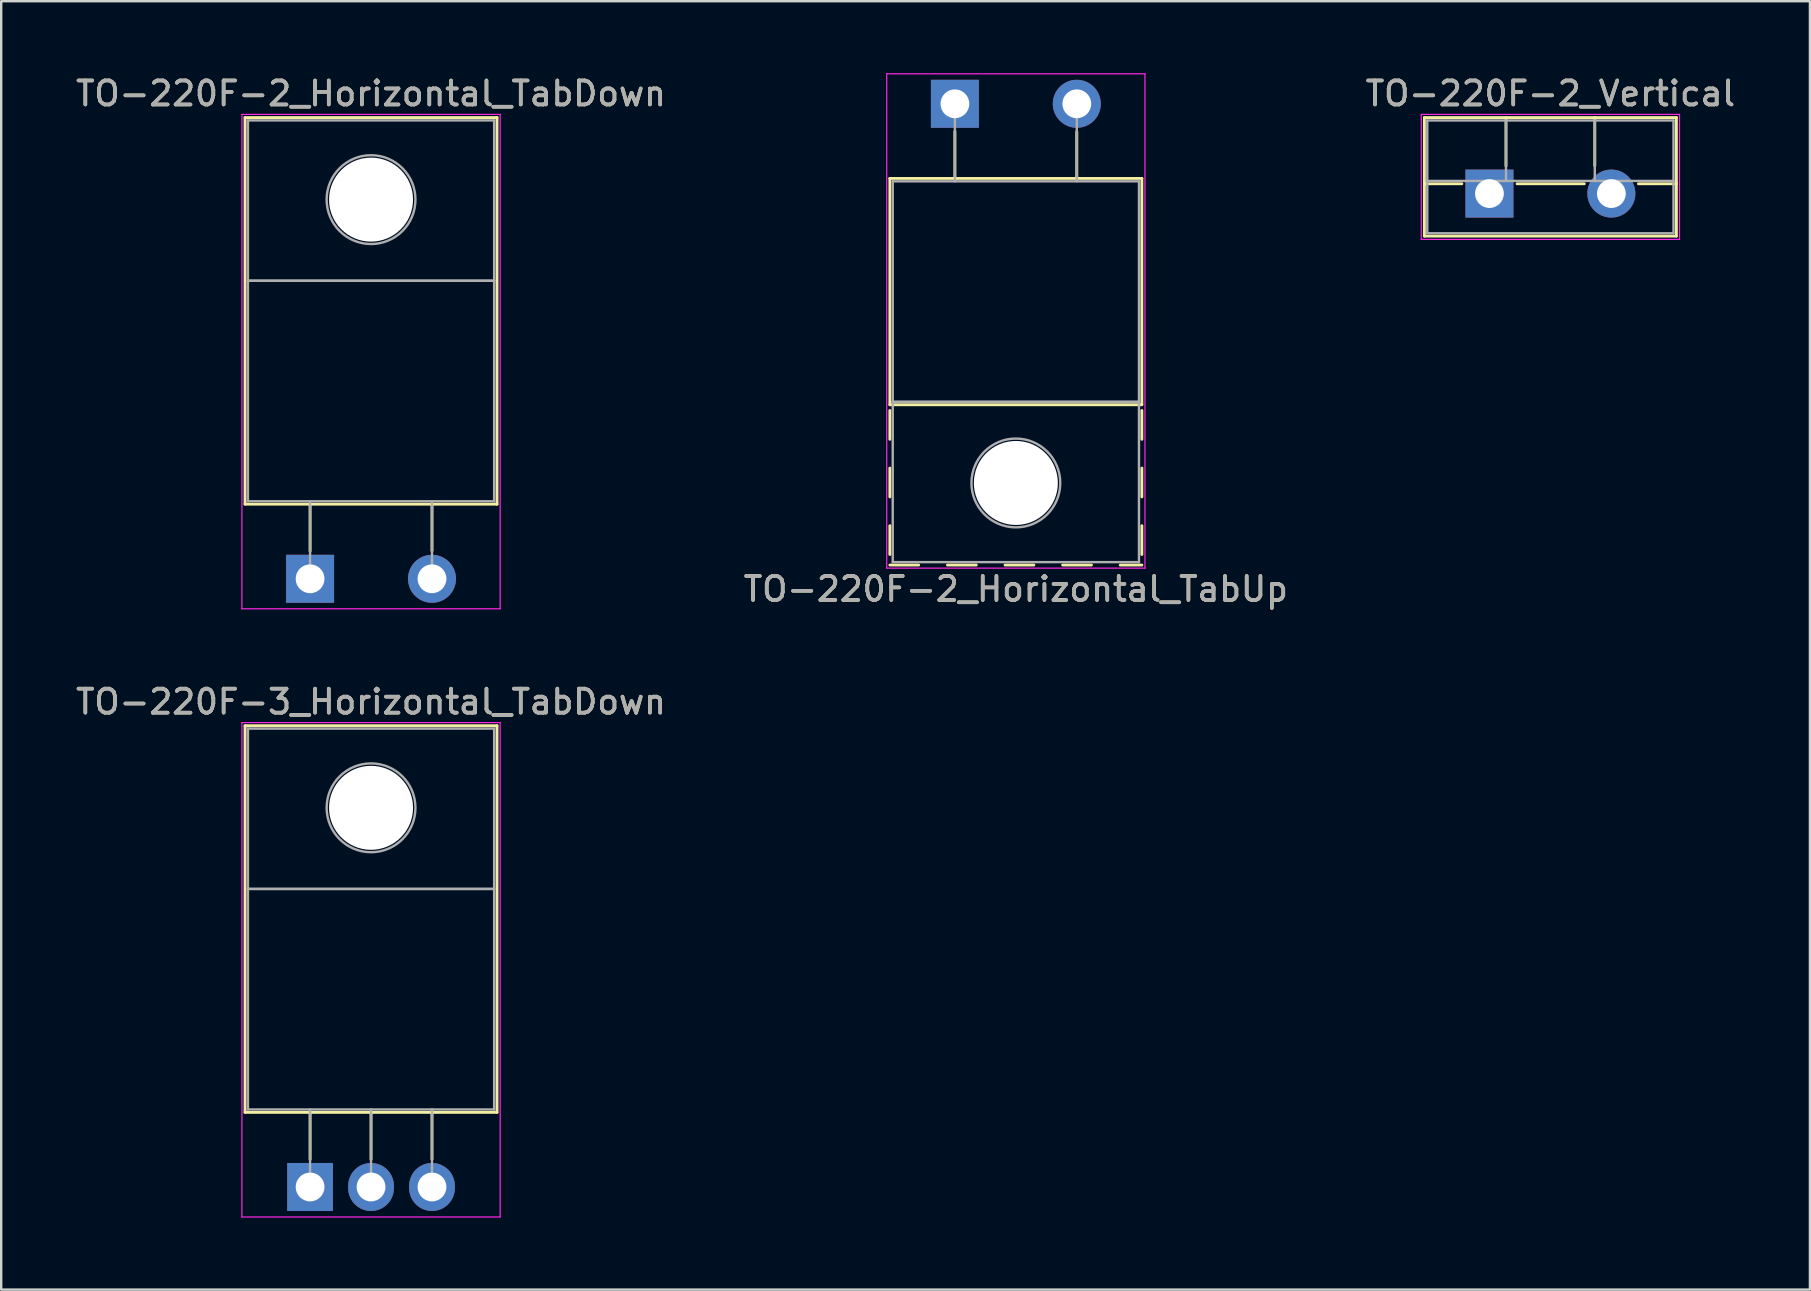
<source format=kicad_pcb>
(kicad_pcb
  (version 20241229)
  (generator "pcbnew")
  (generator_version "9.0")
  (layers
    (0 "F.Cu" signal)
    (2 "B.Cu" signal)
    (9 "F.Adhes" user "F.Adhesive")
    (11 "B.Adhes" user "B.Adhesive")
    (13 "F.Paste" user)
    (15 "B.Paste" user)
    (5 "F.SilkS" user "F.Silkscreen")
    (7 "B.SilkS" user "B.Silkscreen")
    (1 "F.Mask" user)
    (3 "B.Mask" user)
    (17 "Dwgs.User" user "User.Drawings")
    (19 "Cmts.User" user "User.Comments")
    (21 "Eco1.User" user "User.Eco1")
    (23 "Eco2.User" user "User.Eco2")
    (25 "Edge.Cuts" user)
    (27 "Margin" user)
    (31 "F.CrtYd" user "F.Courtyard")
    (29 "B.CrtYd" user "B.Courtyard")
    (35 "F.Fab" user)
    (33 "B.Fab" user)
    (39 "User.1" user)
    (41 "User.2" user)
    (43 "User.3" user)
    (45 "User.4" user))
  (footprint "TO-220F-3_Horizontal_TabDown"
    (layer "F.Cu")
    (at 9.871 46.411)
    (property "Reference" "TO-220F-3_Horizontal_TabDown" (at 2.54 -20.22 0) (layer "F.SilkS") (effects (font (size 1 1) (thickness 0.15))))
    (attr through_hole)
    (fp_line (start -2.71 -19.22) (end -2.71 -3.11) (stroke (width 0.12) (type solid)) (layer "F.SilkS"))
    (fp_line (start -2.71 -19.22) (end 7.79 -19.22) (stroke (width 0.12) (type solid)) (layer "F.SilkS"))
    (fp_line (start -2.71 -3.11) (end 7.79 -3.11) (stroke (width 0.12) (type solid)) (layer "F.SilkS"))
    (fp_line (start 0 -3.11) (end 0 -1.15) (stroke (width 0.12) (type solid)) (layer "F.SilkS"))
    (fp_line (start 2.54 -3.11) (end 2.54 -1.15) (stroke (width 0.12) (type solid)) (layer "F.SilkS"))
    (fp_line (start 5.08 -3.11) (end 5.08 -1.15) (stroke (width 0.12) (type solid)) (layer "F.SilkS"))
    (fp_line (start 7.79 -19.22) (end 7.79 -3.11) (stroke (width 0.12) (type solid)) (layer "F.SilkS"))
    (fp_line (start -2.84 -19.35) (end -2.84 1.25) (stroke (width 0.05) (type solid)) (layer "F.CrtYd"))
    (fp_line (start -2.84 1.25) (end 7.92 1.25) (stroke (width 0.05) (type solid)) (layer "F.CrtYd"))
    (fp_line (start 7.92 -19.35) (end -2.84 -19.35) (stroke (width 0.05) (type solid)) (layer "F.CrtYd"))
    (fp_line (start 7.92 1.25) (end 7.92 -19.35) (stroke (width 0.05) (type solid)) (layer "F.CrtYd"))
    (fp_line (start -2.59 -19.1) (end 7.67 -19.1) (stroke (width 0.1) (type solid)) (layer "F.Fab"))
    (fp_line (start -2.59 -12.42) (end -2.59 -19.1) (stroke (width 0.1) (type solid)) (layer "F.Fab"))
    (fp_line (start -2.59 -12.42) (end 7.67 -12.42) (stroke (width 0.1) (type solid)) (layer "F.Fab"))
    (fp_line (start -2.59 -3.23) (end -2.59 -12.42) (stroke (width 0.1) (type solid)) (layer "F.Fab"))
    (fp_line (start 0 -3.23) (end 0 0) (stroke (width 0.1) (type solid)) (layer "F.Fab"))
    (fp_line (start 2.54 -3.23) (end 2.54 0) (stroke (width 0.1) (type solid)) (layer "F.Fab"))
    (fp_line (start 5.08 -3.23) (end 5.08 0) (stroke (width 0.1) (type solid)) (layer "F.Fab"))
    (fp_line (start 7.67 -19.1) (end 7.67 -12.42) (stroke (width 0.1) (type solid)) (layer "F.Fab"))
    (fp_line (start 7.67 -12.42) (end -2.59 -12.42) (stroke (width 0.1) (type solid)) (layer "F.Fab"))
    (fp_line (start 7.67 -12.42) (end 7.67 -3.23) (stroke (width 0.1) (type solid)) (layer "F.Fab"))
    (fp_line (start 7.67 -3.23) (end -2.59 -3.23) (stroke (width 0.1) (type solid)) (layer "F.Fab"))
    (fp_circle (center 2.54 -15.8) (end 4.39 -15.8) (stroke (width 0.1) (type solid)) (fill no) (layer "F.Fab"))
    (fp_text user "${REFERENCE}" (at 2.54 -20.22 0) (layer "F.Fab") (effects (font (size 1 1) (thickness 0.15))))
    (pad "" np_thru_hole oval (at 2.54 -15.8) (size 3.5 3.5) (drill 3.5) (layers "*.Cu" "*.Mask"))
    (pad "1" thru_hole rect (at 0 0) (size 1.905 2) (drill 1.2) (layers "*.Cu" "*.Mask"))
    (pad "2" thru_hole oval (at 2.54 0) (size 1.905 2) (drill 1.2) (layers "*.Cu" "*.Mask"))
    (pad "3" thru_hole oval (at 5.08 0) (size 1.905 2) (drill 1.2) (layers "*.Cu" "*.Mask")))
  (footprint "TO-220F-2_Horizontal_TabUp"
    (layer "F.Cu")
    (at 36.74 1.275)
    (property "Reference" "TO-220F-2_Horizontal_TabUp" (at 2.54 20.22 0) (layer "F.SilkS") (effects (font (size 1 1) (thickness 0.15))))
    (attr through_hole)
    (fp_line (start -2.71 3.11) (end -2.71 12.54) (stroke (width 0.12) (type solid)) (layer "F.SilkS"))
    (fp_line (start -2.71 3.11) (end 7.79 3.11) (stroke (width 0.12) (type solid)) (layer "F.SilkS"))
    (fp_line (start -2.71 12.54) (end 7.79 12.54) (stroke (width 0.12) (type solid)) (layer "F.SilkS"))
    (fp_line (start -2.71 12.78) (end -2.71 13.98) (stroke (width 0.12) (type solid)) (layer "F.SilkS"))
    (fp_line (start -2.71 15.18) (end -2.71 16.38) (stroke (width 0.12) (type solid)) (layer "F.SilkS"))
    (fp_line (start -2.71 17.58) (end -2.71 18.78) (stroke (width 0.12) (type solid)) (layer "F.SilkS"))
    (fp_line (start -2.71 19.22) (end -1.51 19.22) (stroke (width 0.12) (type solid)) (layer "F.SilkS"))
    (fp_line (start -0.311 19.22) (end 0.89 19.22) (stroke (width 0.12) (type solid)) (layer "F.SilkS"))
    (fp_line (start 0 1.15) (end 0 3.11) (stroke (width 0.12) (type solid)) (layer "F.SilkS"))
    (fp_line (start 2.09 19.22) (end 3.29 19.22) (stroke (width 0.12) (type solid)) (layer "F.SilkS"))
    (fp_line (start 4.49 19.22) (end 5.69 19.22) (stroke (width 0.12) (type solid)) (layer "F.SilkS"))
    (fp_line (start 5.08 1.165) (end 5.08 3.11) (stroke (width 0.12) (type solid)) (layer "F.SilkS"))
    (fp_line (start 6.89 19.22) (end 7.79 19.22) (stroke (width 0.12) (type solid)) (layer "F.SilkS"))
    (fp_line (start 7.79 3.11) (end 7.79 12.54) (stroke (width 0.12) (type solid)) (layer "F.SilkS"))
    (fp_line (start 7.79 12.78) (end 7.79 13.98) (stroke (width 0.12) (type solid)) (layer "F.SilkS"))
    (fp_line (start 7.79 15.18) (end 7.79 16.38) (stroke (width 0.12) (type solid)) (layer "F.SilkS"))
    (fp_line (start 7.79 17.58) (end 7.79 18.78) (stroke (width 0.12) (type solid)) (layer "F.SilkS"))
    (fp_line (start -2.84 -1.25) (end -2.84 19.35) (stroke (width 0.05) (type solid)) (layer "F.CrtYd"))
    (fp_line (start -2.84 19.35) (end 7.92 19.35) (stroke (width 0.05) (type solid)) (layer "F.CrtYd"))
    (fp_line (start 7.92 -1.25) (end -2.84 -1.25) (stroke (width 0.05) (type solid)) (layer "F.CrtYd"))
    (fp_line (start 7.92 19.35) (end 7.92 -1.25) (stroke (width 0.05) (type solid)) (layer "F.CrtYd"))
    (fp_line (start -2.59 3.23) (end -2.59 12.42) (stroke (width 0.1) (type solid)) (layer "F.Fab"))
    (fp_line (start -2.59 12.42) (end -2.59 19.1) (stroke (width 0.1) (type solid)) (layer "F.Fab"))
    (fp_line (start -2.59 12.42) (end 7.67 12.42) (stroke (width 0.1) (type solid)) (layer "F.Fab"))
    (fp_line (start -2.59 19.1) (end 7.67 19.1) (stroke (width 0.1) (type solid)) (layer "F.Fab"))
    (fp_line (start 0 3.23) (end 0 0) (stroke (width 0.1) (type solid)) (layer "F.Fab"))
    (fp_line (start 5.08 3.23) (end 5.08 0) (stroke (width 0.1) (type solid)) (layer "F.Fab"))
    (fp_line (start 7.67 3.23) (end -2.59 3.23) (stroke (width 0.1) (type solid)) (layer "F.Fab"))
    (fp_line (start 7.67 12.42) (end -2.59 12.42) (stroke (width 0.1) (type solid)) (layer "F.Fab"))
    (fp_line (start 7.67 12.42) (end 7.67 3.23) (stroke (width 0.1) (type solid)) (layer "F.Fab"))
    (fp_line (start 7.67 19.1) (end 7.67 12.42) (stroke (width 0.1) (type solid)) (layer "F.Fab"))
    (fp_circle (center 2.54 15.8) (end 4.39 15.8) (stroke (width 0.1) (type solid)) (fill no) (layer "F.Fab"))
    (fp_text user "${REFERENCE}" (at 2.54 20.22 0) (layer "F.Fab") (effects (font (size 1 1) (thickness 0.15))))
    (pad "" np_thru_hole oval (at 2.54 15.8) (size 3.5 3.5) (drill 3.5) (layers "*.Cu" "*.Mask"))
    (pad "1" thru_hole rect (at 0 0) (size 2 2) (drill 1.2) (layers "*.Cu" "*.Mask"))
    (pad "2" thru_hole oval (at 5.08 0) (size 2 2) (drill 1.2) (layers "*.Cu" "*.Mask")))
  (footprint "TO-220F-2_Horizontal_TabDown"
    (layer "F.Cu")
    (at 9.871 21.068)
    (property "Reference" "TO-220F-2_Horizontal_TabDown" (at 2.54 -20.22 0) (layer "F.SilkS") (effects (font (size 1 1) (thickness 0.15))))
    (attr through_hole)
    (fp_line (start -2.71 -19.22) (end -2.71 -3.11) (stroke (width 0.12) (type solid)) (layer "F.SilkS"))
    (fp_line (start -2.71 -19.22) (end 7.79 -19.22) (stroke (width 0.12) (type solid)) (layer "F.SilkS"))
    (fp_line (start -2.71 -3.11) (end 7.79 -3.11) (stroke (width 0.12) (type solid)) (layer "F.SilkS"))
    (fp_line (start 0 -3.11) (end 0 -1.15) (stroke (width 0.12) (type solid)) (layer "F.SilkS"))
    (fp_line (start 5.08 -3.11) (end 5.08 -1.165) (stroke (width 0.12) (type solid)) (layer "F.SilkS"))
    (fp_line (start 7.79 -19.22) (end 7.79 -3.11) (stroke (width 0.12) (type solid)) (layer "F.SilkS"))
    (fp_line (start -2.84 -19.35) (end -2.84 1.25) (stroke (width 0.05) (type solid)) (layer "F.CrtYd"))
    (fp_line (start -2.84 1.25) (end 7.92 1.25) (stroke (width 0.05) (type solid)) (layer "F.CrtYd"))
    (fp_line (start 7.92 -19.35) (end -2.84 -19.35) (stroke (width 0.05) (type solid)) (layer "F.CrtYd"))
    (fp_line (start 7.92 1.25) (end 7.92 -19.35) (stroke (width 0.05) (type solid)) (layer "F.CrtYd"))
    (fp_line (start -2.59 -19.1) (end 7.67 -19.1) (stroke (width 0.1) (type solid)) (layer "F.Fab"))
    (fp_line (start -2.59 -12.42) (end -2.59 -19.1) (stroke (width 0.1) (type solid)) (layer "F.Fab"))
    (fp_line (start -2.59 -12.42) (end 7.67 -12.42) (stroke (width 0.1) (type solid)) (layer "F.Fab"))
    (fp_line (start -2.59 -3.23) (end -2.59 -12.42) (stroke (width 0.1) (type solid)) (layer "F.Fab"))
    (fp_line (start 0 -3.23) (end 0 0) (stroke (width 0.1) (type solid)) (layer "F.Fab"))
    (fp_line (start 5.08 -3.23) (end 5.08 0) (stroke (width 0.1) (type solid)) (layer "F.Fab"))
    (fp_line (start 7.67 -19.1) (end 7.67 -12.42) (stroke (width 0.1) (type solid)) (layer "F.Fab"))
    (fp_line (start 7.67 -12.42) (end -2.59 -12.42) (stroke (width 0.1) (type solid)) (layer "F.Fab"))
    (fp_line (start 7.67 -12.42) (end 7.67 -3.23) (stroke (width 0.1) (type solid)) (layer "F.Fab"))
    (fp_line (start 7.67 -3.23) (end -2.59 -3.23) (stroke (width 0.1) (type solid)) (layer "F.Fab"))
    (fp_circle (center 2.54 -15.8) (end 4.39 -15.8) (stroke (width 0.1) (type solid)) (fill no) (layer "F.Fab"))
    (fp_text user "${REFERENCE}" (at 2.54 -20.22 0) (layer "F.Fab") (effects (font (size 1 1) (thickness 0.15))))
    (pad "" np_thru_hole oval (at 2.54 -15.8) (size 3.5 3.5) (drill 3.5) (layers "*.Cu" "*.Mask"))
    (pad "1" thru_hole rect (at 0 0) (size 2 2) (drill 1.2) (layers "*.Cu" "*.Mask"))
    (pad "2" thru_hole oval (at 5.08 0) (size 2 2) (drill 1.2) (layers "*.Cu" "*.Mask")))
  (footprint "TO-220F-2_Vertical"
    (layer "F.Cu")
    (at 59.014 5.016)
    (property "Reference" "TO-220F-2_Vertical" (at 2.54 -4.168 0) (layer "F.SilkS") (effects (font (size 1 1) (thickness 0.15))))
    (attr through_hole)
    (fp_line (start -2.71 -3.168) (end -2.71 1.773) (stroke (width 0.12) (type solid)) (layer "F.SilkS"))
    (fp_line (start -2.71 -3.168) (end 7.79 -3.168) (stroke (width 0.12) (type solid)) (layer "F.SilkS"))
    (fp_line (start -2.71 -0.408) (end -1.15 -0.408) (stroke (width 0.12) (type solid)) (layer "F.SilkS"))
    (fp_line (start -2.71 1.773) (end 7.79 1.773) (stroke (width 0.12) (type solid)) (layer "F.SilkS"))
    (fp_line (start 0.69 -3.168) (end 0.69 -1.15) (stroke (width 0.12) (type solid)) (layer "F.SilkS"))
    (fp_line (start 1.15 -0.408) (end 3.952 -0.408) (stroke (width 0.12) (type solid)) (layer "F.SilkS"))
    (fp_line (start 4.391 -3.168) (end 4.391 -1.165) (stroke (width 0.12) (type solid)) (layer "F.SilkS"))
    (fp_line (start 6.209 -0.408) (end 7.79 -0.408) (stroke (width 0.12) (type solid)) (layer "F.SilkS"))
    (fp_line (start 7.79 -3.168) (end 7.79 1.773) (stroke (width 0.12) (type solid)) (layer "F.SilkS"))
    (fp_line (start -2.84 -3.3) (end -2.84 1.91) (stroke (width 0.05) (type solid)) (layer "F.CrtYd"))
    (fp_line (start -2.84 1.91) (end 7.92 1.91) (stroke (width 0.05) (type solid)) (layer "F.CrtYd"))
    (fp_line (start 7.92 -3.3) (end -2.84 -3.3) (stroke (width 0.05) (type solid)) (layer "F.CrtYd"))
    (fp_line (start 7.92 1.91) (end 7.92 -3.3) (stroke (width 0.05) (type solid)) (layer "F.CrtYd"))
    (fp_line (start -2.59 -3.047) (end -2.59 1.653) (stroke (width 0.1) (type solid)) (layer "F.Fab"))
    (fp_line (start -2.59 -0.527) (end 7.67 -0.527) (stroke (width 0.1) (type solid)) (layer "F.Fab"))
    (fp_line (start -2.59 1.653) (end 7.67 1.653) (stroke (width 0.1) (type solid)) (layer "F.Fab"))
    (fp_line (start 0.69 -3.047) (end 0.69 -0.527) (stroke (width 0.1) (type solid)) (layer "F.Fab"))
    (fp_line (start 4.39 -3.047) (end 4.39 -0.527) (stroke (width 0.1) (type solid)) (layer "F.Fab"))
    (fp_line (start 7.67 -3.047) (end -2.59 -3.047) (stroke (width 0.1) (type solid)) (layer "F.Fab"))
    (fp_line (start 7.67 1.653) (end 7.67 -3.047) (stroke (width 0.1) (type solid)) (layer "F.Fab"))
    (fp_text user "${REFERENCE}" (at 2.54 -4.168 0) (layer "F.Fab") (effects (font (size 1 1) (thickness 0.15))))
    (pad "1" thru_hole rect (at 0 0) (size 2 2) (drill 1.2) (layers "*.Cu" "*.Mask"))
    (pad "2" thru_hole oval (at 5.08 0) (size 2 2) (drill 1.2) (layers "*.Cu" "*.Mask")))
  (gr_rect
    (start -3 -3)
    (end 72.369 50.687)
    (stroke (width 0.1) (type default))
    (fill no)
    (layer "Edge.Cuts")))
</source>
